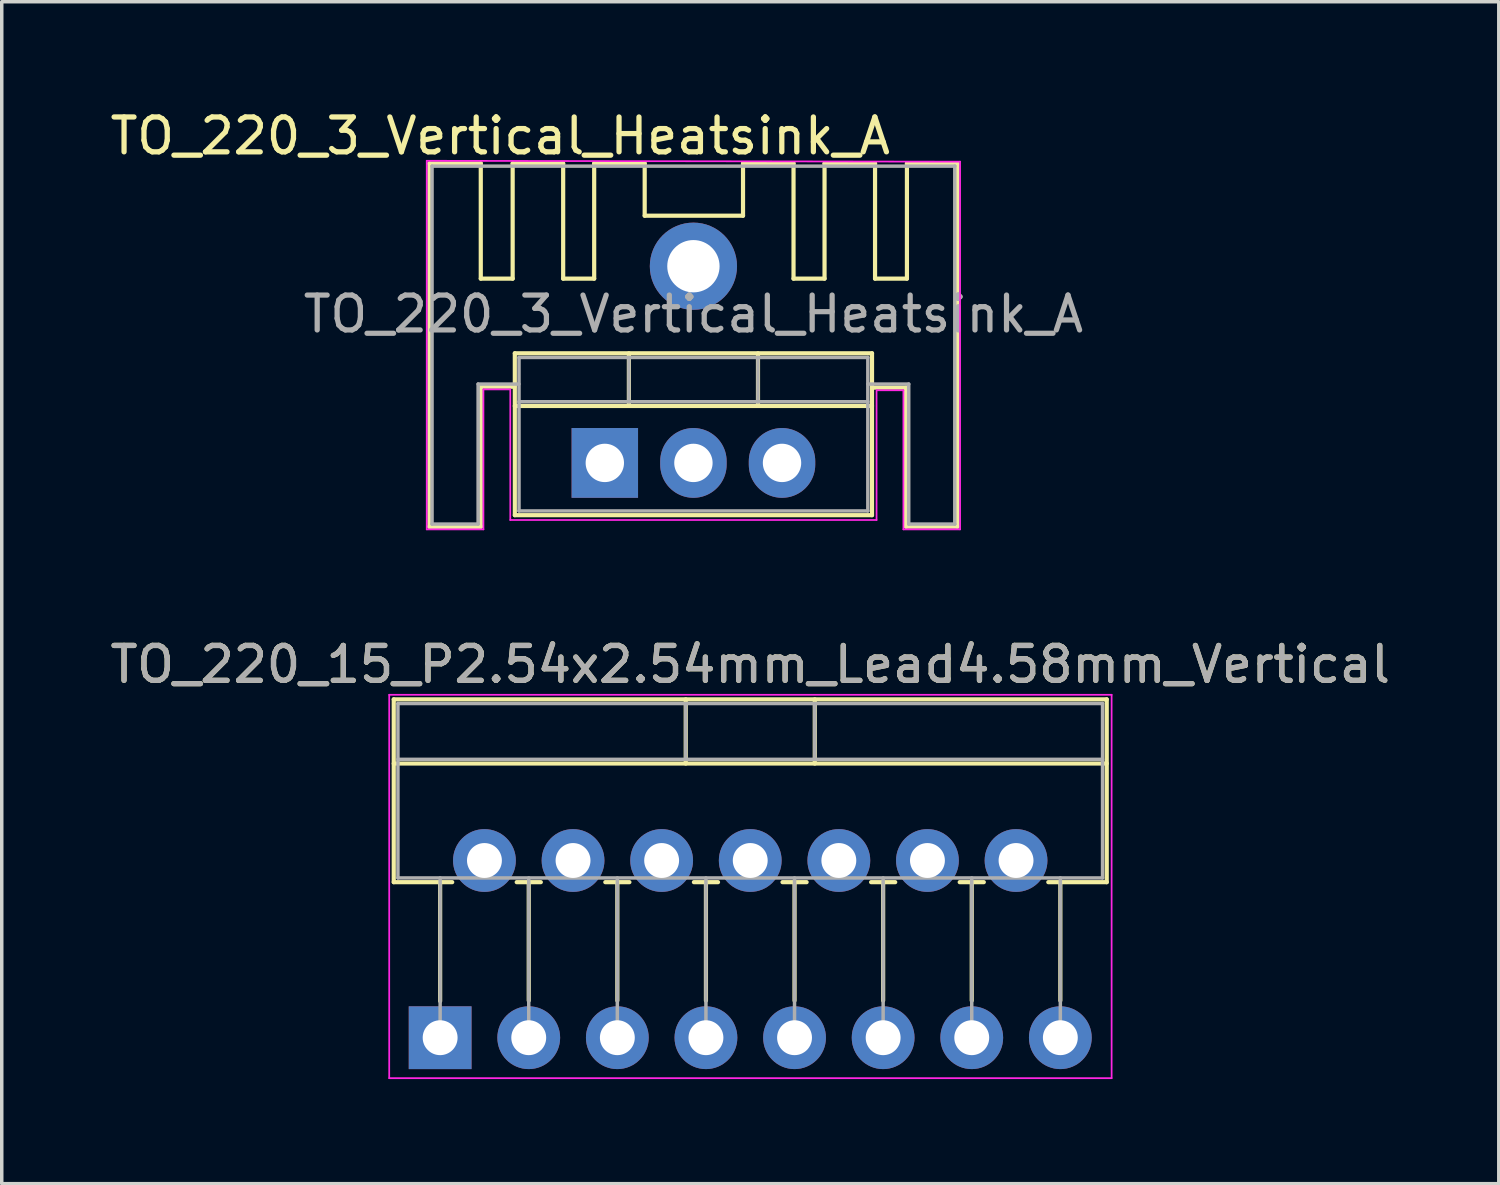
<source format=kicad_pcb>
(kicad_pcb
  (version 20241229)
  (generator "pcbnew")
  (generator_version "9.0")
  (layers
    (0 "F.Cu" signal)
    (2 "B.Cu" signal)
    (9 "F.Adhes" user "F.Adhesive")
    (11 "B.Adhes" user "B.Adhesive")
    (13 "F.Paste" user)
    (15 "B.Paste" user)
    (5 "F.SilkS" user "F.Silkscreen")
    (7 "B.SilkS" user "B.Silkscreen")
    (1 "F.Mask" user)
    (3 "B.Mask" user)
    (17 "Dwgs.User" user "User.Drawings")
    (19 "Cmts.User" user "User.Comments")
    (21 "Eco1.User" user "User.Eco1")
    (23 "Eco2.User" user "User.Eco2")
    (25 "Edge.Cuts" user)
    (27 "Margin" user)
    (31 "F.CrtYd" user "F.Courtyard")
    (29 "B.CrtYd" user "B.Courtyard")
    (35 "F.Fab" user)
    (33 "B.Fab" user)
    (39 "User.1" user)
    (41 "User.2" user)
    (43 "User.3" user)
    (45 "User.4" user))
  (footprint "TO_220_3_Vertical_Heatsink_A"
    (layer "F.Cu")
    (at 16.829 10.348)
    (property "Reference" "TO_220_3_Vertical_Heatsink_A" (at -5.537 -9.5 0) (layer "F.SilkS") (effects (font (size 1 1) (thickness 0.15))))
    (attr through_hole)
    (fp_line (start -7.569 -8.712) (end -6.096 -8.712) (stroke (width 0.12) (type default)) (layer "F.SilkS"))
    (fp_line (start -7.569 1.702) (end -7.569 -8.712) (stroke (width 0.12) (type default)) (layer "F.SilkS"))
    (fp_line (start -6.096 -8.712) (end -6.096 -5.41) (stroke (width 0.12) (type default)) (layer "F.SilkS"))
    (fp_line (start -6.096 -5.41) (end -5.182 -5.41) (stroke (width 0.12) (type default)) (layer "F.SilkS"))
    (fp_line (start -6.096 -2.311) (end -6.096 1.702) (stroke (width 0.12) (type default)) (layer "F.SilkS"))
    (fp_line (start -6.096 1.702) (end -7.569 1.702) (stroke (width 0.12) (type default)) (layer "F.SilkS"))
    (fp_line (start -6.096 1.702) (end -7.569 1.702) (stroke (width 0.12) (type default)) (layer "F.SilkS"))
    (fp_line (start -5.182 -8.712) (end -3.734 -8.712) (stroke (width 0.12) (type default)) (layer "F.SilkS"))
    (fp_line (start -5.182 -5.41) (end -5.182 -8.712) (stroke (width 0.12) (type default)) (layer "F.SilkS"))
    (fp_line (start -5.131 -2.311) (end -6.096 -2.311) (stroke (width 0.12) (type default)) (layer "F.SilkS"))
    (fp_line (start -5.12 -3.27) (end -5.12 1.371) (stroke (width 0.12) (type solid)) (layer "F.SilkS"))
    (fp_line (start -5.12 -3.27) (end 5.12 -3.27) (stroke (width 0.12) (type solid)) (layer "F.SilkS"))
    (fp_line (start -5.12 -1.76) (end 5.12 -1.76) (stroke (width 0.12) (type solid)) (layer "F.SilkS"))
    (fp_line (start -5.12 1.371) (end 5.12 1.371) (stroke (width 0.12) (type solid)) (layer "F.SilkS"))
    (fp_line (start -3.734 -8.712) (end -3.734 -5.41) (stroke (width 0.12) (type default)) (layer "F.SilkS"))
    (fp_line (start -3.734 -5.41) (end -2.845 -5.41) (stroke (width 0.12) (type default)) (layer "F.SilkS"))
    (fp_line (start -2.845 -8.712) (end -1.397 -8.712) (stroke (width 0.12) (type default)) (layer "F.SilkS"))
    (fp_line (start -2.845 -5.41) (end -2.845 -8.712) (stroke (width 0.12) (type default)) (layer "F.SilkS"))
    (fp_line (start -1.85 -3.27) (end -1.85 -1.76) (stroke (width 0.12) (type solid)) (layer "F.SilkS"))
    (fp_line (start -1.397 -8.712) (end -1.397 -7.214) (stroke (width 0.12) (type default)) (layer "F.SilkS"))
    (fp_line (start -1.397 -7.214) (end 1.422 -7.214) (stroke (width 0.12) (type default)) (layer "F.SilkS"))
    (fp_line (start 1.422 -8.712) (end 2.87 -8.712) (stroke (width 0.12) (type default)) (layer "F.SilkS"))
    (fp_line (start 1.422 -7.214) (end 1.422 -8.712) (stroke (width 0.12) (type default)) (layer "F.SilkS"))
    (fp_line (start 1.851 -3.27) (end 1.851 -1.76) (stroke (width 0.12) (type solid)) (layer "F.SilkS"))
    (fp_line (start 2.87 -8.712) (end 2.87 -5.41) (stroke (width 0.12) (type default)) (layer "F.SilkS"))
    (fp_line (start 2.87 -5.41) (end 3.759 -5.41) (stroke (width 0.12) (type default)) (layer "F.SilkS"))
    (fp_line (start 3.759 -8.712) (end 5.207 -8.712) (stroke (width 0.12) (type default)) (layer "F.SilkS"))
    (fp_line (start 3.759 -5.41) (end 3.759 -8.712) (stroke (width 0.12) (type default)) (layer "F.SilkS"))
    (fp_line (start 5.12 -3.27) (end 5.12 1.371) (stroke (width 0.12) (type solid)) (layer "F.SilkS"))
    (fp_line (start 5.207 -8.712) (end 5.207 -5.41) (stroke (width 0.12) (type default)) (layer "F.SilkS"))
    (fp_line (start 5.207 -5.41) (end 6.121 -5.41) (stroke (width 0.12) (type default)) (layer "F.SilkS"))
    (fp_line (start 6.096 -2.286) (end 5.131 -2.286) (stroke (width 0.12) (type default)) (layer "F.SilkS"))
    (fp_line (start 6.096 1.702) (end 6.096 -2.286) (stroke (width 0.12) (type default)) (layer "F.SilkS"))
    (fp_line (start 6.121 -8.712) (end 7.569 -8.712) (stroke (width 0.12) (type default)) (layer "F.SilkS"))
    (fp_line (start 6.121 -5.41) (end 6.121 -8.712) (stroke (width 0.12) (type default)) (layer "F.SilkS"))
    (fp_line (start 7.569 -8.712) (end 7.569 1.702) (stroke (width 0.12) (type default)) (layer "F.SilkS"))
    (fp_line (start 7.569 1.702) (end 6.096 1.702) (stroke (width 0.12) (type default)) (layer "F.SilkS"))
    (fp_line (start -7.645 -8.788) (end 7.645 -8.763) (stroke (width 0.05) (type default)) (layer "F.CrtYd"))
    (fp_line (start -7.645 1.778) (end -7.645 -8.788) (stroke (width 0.05) (type default)) (layer "F.CrtYd"))
    (fp_line (start -7.645 1.778) (end -6.02 1.778) (stroke (width 0.05) (type default)) (layer "F.CrtYd"))
    (fp_line (start -6.02 -2.235) (end -5.258 -2.235) (stroke (width 0.05) (type default)) (layer "F.CrtYd"))
    (fp_line (start -6.02 1.778) (end -6.02 -2.235) (stroke (width 0.05) (type default)) (layer "F.CrtYd"))
    (fp_line (start -5.25 -2.235) (end -5.25 1.51) (stroke (width 0.05) (type solid)) (layer "F.CrtYd"))
    (fp_line (start -5.25 1.51) (end 5.25 1.51) (stroke (width 0.05) (type solid)) (layer "F.CrtYd"))
    (fp_line (start 5.25 1.51) (end 5.25 -2.21) (stroke (width 0.05) (type solid)) (layer "F.CrtYd"))
    (fp_line (start 6.02 -2.21) (end 5.258 -2.21) (stroke (width 0.05) (type default)) (layer "F.CrtYd"))
    (fp_line (start 6.02 1.778) (end 6.02 -2.21) (stroke (width 0.05) (type default)) (layer "F.CrtYd"))
    (fp_line (start 7.645 -8.763) (end 7.645 1.778) (stroke (width 0.05) (type default)) (layer "F.CrtYd"))
    (fp_line (start 7.645 1.778) (end 6.02 1.778) (stroke (width 0.05) (type default)) (layer "F.CrtYd"))
    (fp_line (start -7.493 -8.636) (end -7.493 1.626) (stroke (width 0.1) (type default)) (layer "F.Fab"))
    (fp_line (start -7.493 -8.636) (end 7.493 -8.636) (stroke (width 0.1) (type default)) (layer "F.Fab"))
    (fp_line (start -7.493 1.626) (end -6.172 1.626) (stroke (width 0.1) (type default)) (layer "F.Fab"))
    (fp_line (start -6.172 -2.388) (end -5.004 -2.388) (stroke (width 0.1) (type default)) (layer "F.Fab"))
    (fp_line (start -6.172 1.626) (end -6.172 -2.388) (stroke (width 0.1) (type default)) (layer "F.Fab"))
    (fp_line (start -5 -3.15) (end -5 1.25) (stroke (width 0.1) (type solid)) (layer "F.Fab"))
    (fp_line (start -5 -1.88) (end 5 -1.88) (stroke (width 0.1) (type solid)) (layer "F.Fab"))
    (fp_line (start -5 1.25) (end 5 1.25) (stroke (width 0.1) (type solid)) (layer "F.Fab"))
    (fp_line (start -1.85 -3.15) (end -1.85 -1.88) (stroke (width 0.1) (type solid)) (layer "F.Fab"))
    (fp_line (start 1.85 -3.15) (end 1.85 -1.88) (stroke (width 0.1) (type solid)) (layer "F.Fab"))
    (fp_line (start 5 -3.15) (end -5 -3.15) (stroke (width 0.1) (type solid)) (layer "F.Fab"))
    (fp_line (start 5 1.25) (end 5 -3.15) (stroke (width 0.1) (type solid)) (layer "F.Fab"))
    (fp_line (start 6.172 -2.388) (end 5.004 -2.388) (stroke (width 0.1) (type default)) (layer "F.Fab"))
    (fp_line (start 6.172 1.626) (end 6.172 -2.388) (stroke (width 0.1) (type default)) (layer "F.Fab"))
    (fp_line (start 7.493 -8.636) (end 7.493 1.626) (stroke (width 0.1) (type default)) (layer "F.Fab"))
    (fp_line (start 7.493 1.626) (end 6.172 1.626) (stroke (width 0.1) (type default)) (layer "F.Fab"))
    (fp_text user "${REFERENCE}" (at 0 -4.394 0) (layer "F.Fab") (effects (font (size 1 1) (thickness 0.15))))
    (pad "1" thru_hole rect (at -2.54 -0.127) (size 1.905 2) (drill 1.1) (layers "*.Cu" "*.Mask"))
    (pad "2" thru_hole oval (at 0 -5.766) (size 2.5 2.5) (drill 1.5) (layers "*.Cu" "*.Mask"))
    (pad "2" thru_hole oval (at 0 -0.127) (size 1.905 2) (drill 1.1) (layers "*.Cu" "*.Mask"))
    (pad "3" thru_hole oval (at 2.54 -0.127) (size 1.905 2) (drill 1.1) (layers "*.Cu" "*.Mask")))
  (footprint "TO_220_15_P2.54x2.54mm_Lead4.58mm_Vertical"
    (layer "F.Cu")
    (at 9.568 26.699)
    (property "Reference" "TO_220_15_P2.54x2.54mm_Lead4.58mm_Vertical" (at 8.89 -10.7 0) (layer "F.SilkS") (effects (font (size 1 1) (thickness 0.15))))
    (attr through_hole)
    (fp_line (start -1.33 -9.7) (end -1.33 -4.459) (stroke (width 0.12) (type solid)) (layer "F.SilkS"))
    (fp_line (start -1.33 -9.7) (end 19.11 -9.7) (stroke (width 0.12) (type solid)) (layer "F.SilkS"))
    (fp_line (start -1.33 -7.86) (end 19.11 -7.86) (stroke (width 0.12) (type solid)) (layer "F.SilkS"))
    (fp_line (start -1.33 -4.459) (end 0.346 -4.459) (stroke (width 0.12) (type solid)) (layer "F.SilkS"))
    (fp_line (start 0 -4.459) (end 0 -1.05) (stroke (width 0.12) (type solid)) (layer "F.SilkS"))
    (fp_line (start 2.195 -4.459) (end 2.886 -4.459) (stroke (width 0.12) (type solid)) (layer "F.SilkS"))
    (fp_line (start 2.54 -4.459) (end 2.54 -1.065) (stroke (width 0.12) (type solid)) (layer "F.SilkS"))
    (fp_line (start 4.735 -4.459) (end 5.426 -4.459) (stroke (width 0.12) (type solid)) (layer "F.SilkS"))
    (fp_line (start 5.08 -4.459) (end 5.08 -1.065) (stroke (width 0.12) (type solid)) (layer "F.SilkS"))
    (fp_line (start 7.041 -9.7) (end 7.041 -7.86) (stroke (width 0.12) (type solid)) (layer "F.SilkS"))
    (fp_line (start 7.275 -4.459) (end 7.966 -4.459) (stroke (width 0.12) (type solid)) (layer "F.SilkS"))
    (fp_line (start 7.62 -4.459) (end 7.62 -1.065) (stroke (width 0.12) (type solid)) (layer "F.SilkS"))
    (fp_line (start 9.815 -4.459) (end 10.506 -4.459) (stroke (width 0.12) (type solid)) (layer "F.SilkS"))
    (fp_line (start 10.16 -4.459) (end 10.16 -1.065) (stroke (width 0.12) (type solid)) (layer "F.SilkS"))
    (fp_line (start 10.74 -9.7) (end 10.74 -7.86) (stroke (width 0.12) (type solid)) (layer "F.SilkS"))
    (fp_line (start 12.355 -4.459) (end 13.046 -4.459) (stroke (width 0.12) (type solid)) (layer "F.SilkS"))
    (fp_line (start 12.7 -4.459) (end 12.7 -1.065) (stroke (width 0.12) (type solid)) (layer "F.SilkS"))
    (fp_line (start 14.895 -4.459) (end 15.586 -4.459) (stroke (width 0.12) (type solid)) (layer "F.SilkS"))
    (fp_line (start 15.24 -4.459) (end 15.24 -1.065) (stroke (width 0.12) (type solid)) (layer "F.SilkS"))
    (fp_line (start 17.435 -4.459) (end 19.11 -4.459) (stroke (width 0.12) (type solid)) (layer "F.SilkS"))
    (fp_line (start 17.78 -4.459) (end 17.78 -1.065) (stroke (width 0.12) (type solid)) (layer "F.SilkS"))
    (fp_line (start 19.11 -9.7) (end 19.11 -4.459) (stroke (width 0.12) (type solid)) (layer "F.SilkS"))
    (fp_line (start -1.46 -9.83) (end -1.46 1.16) (stroke (width 0.05) (type solid)) (layer "F.CrtYd"))
    (fp_line (start -1.46 1.16) (end 19.25 1.16) (stroke (width 0.05) (type solid)) (layer "F.CrtYd"))
    (fp_line (start 19.25 -9.83) (end -1.46 -9.83) (stroke (width 0.05) (type solid)) (layer "F.CrtYd"))
    (fp_line (start 19.25 1.16) (end 19.25 -9.83) (stroke (width 0.05) (type solid)) (layer "F.CrtYd"))
    (fp_line (start -1.21 -9.58) (end -1.21 -4.58) (stroke (width 0.1) (type solid)) (layer "F.Fab"))
    (fp_line (start -1.21 -7.98) (end 18.99 -7.98) (stroke (width 0.1) (type solid)) (layer "F.Fab"))
    (fp_line (start -1.21 -4.58) (end 18.99 -4.58) (stroke (width 0.1) (type solid)) (layer "F.Fab"))
    (fp_line (start 0 -4.58) (end 0 0) (stroke (width 0.1) (type solid)) (layer "F.Fab"))
    (fp_line (start 2.54 -4.58) (end 2.54 0) (stroke (width 0.1) (type solid)) (layer "F.Fab"))
    (fp_line (start 5.08 -4.58) (end 5.08 0) (stroke (width 0.1) (type solid)) (layer "F.Fab"))
    (fp_line (start 7.04 -9.58) (end 7.04 -7.98) (stroke (width 0.1) (type solid)) (layer "F.Fab"))
    (fp_line (start 7.62 -4.58) (end 7.62 0) (stroke (width 0.1) (type solid)) (layer "F.Fab"))
    (fp_line (start 10.16 -4.58) (end 10.16 0) (stroke (width 0.1) (type solid)) (layer "F.Fab"))
    (fp_line (start 10.74 -9.58) (end 10.74 -7.98) (stroke (width 0.1) (type solid)) (layer "F.Fab"))
    (fp_line (start 12.7 -4.58) (end 12.7 0) (stroke (width 0.1) (type solid)) (layer "F.Fab"))
    (fp_line (start 15.24 -4.58) (end 15.24 0) (stroke (width 0.1) (type solid)) (layer "F.Fab"))
    (fp_line (start 17.78 -4.58) (end 17.78 0) (stroke (width 0.1) (type solid)) (layer "F.Fab"))
    (fp_line (start 18.99 -9.58) (end -1.21 -9.58) (stroke (width 0.1) (type solid)) (layer "F.Fab"))
    (fp_line (start 18.99 -4.58) (end 18.99 -9.58) (stroke (width 0.1) (type solid)) (layer "F.Fab"))
    (fp_text user "${REFERENCE}" (at 8.89 -10.7 0) (layer "F.Fab") (effects (font (size 1 1) (thickness 0.15))))
    (pad "1" thru_hole rect (at 0 0) (size 1.8 1.8) (drill 1) (layers "*.Cu" "*.Mask"))
    (pad "2" thru_hole oval (at 1.27 -5.08) (size 1.8 1.8) (drill 1) (layers "*.Cu" "*.Mask"))
    (pad "3" thru_hole oval (at 2.54 0) (size 1.8 1.8) (drill 1) (layers "*.Cu" "*.Mask"))
    (pad "4" thru_hole oval (at 3.81 -5.08) (size 1.8 1.8) (drill 1) (layers "*.Cu" "*.Mask"))
    (pad "5" thru_hole oval (at 5.08 0) (size 1.8 1.8) (drill 1) (layers "*.Cu" "*.Mask"))
    (pad "6" thru_hole oval (at 6.35 -5.08) (size 1.8 1.8) (drill 1) (layers "*.Cu" "*.Mask"))
    (pad "7" thru_hole oval (at 7.62 0) (size 1.8 1.8) (drill 1) (layers "*.Cu" "*.Mask"))
    (pad "8" thru_hole oval (at 8.89 -5.08) (size 1.8 1.8) (drill 1) (layers "*.Cu" "*.Mask"))
    (pad "9" thru_hole oval (at 10.16 0) (size 1.8 1.8) (drill 1) (layers "*.Cu" "*.Mask"))
    (pad "10" thru_hole oval (at 11.43 -5.08) (size 1.8 1.8) (drill 1) (layers "*.Cu" "*.Mask"))
    (pad "11" thru_hole oval (at 12.7 0) (size 1.8 1.8) (drill 1) (layers "*.Cu" "*.Mask"))
    (pad "12" thru_hole oval (at 13.97 -5.08) (size 1.8 1.8) (drill 1) (layers "*.Cu" "*.Mask"))
    (pad "13" thru_hole oval (at 15.24 0) (size 1.8 1.8) (drill 1) (layers "*.Cu" "*.Mask"))
    (pad "14" thru_hole oval (at 16.51 -5.08) (size 1.8 1.8) (drill 1) (layers "*.Cu" "*.Mask"))
    (pad "15" thru_hole oval (at 17.78 0) (size 1.8 1.8) (drill 1) (layers "*.Cu" "*.Mask")))
  (gr_rect
    (start -3 -3)
    (end 39.917 30.884)
    (stroke (width 0.1) (type default))
    (fill no)
    (layer "Edge.Cuts")))
</source>
